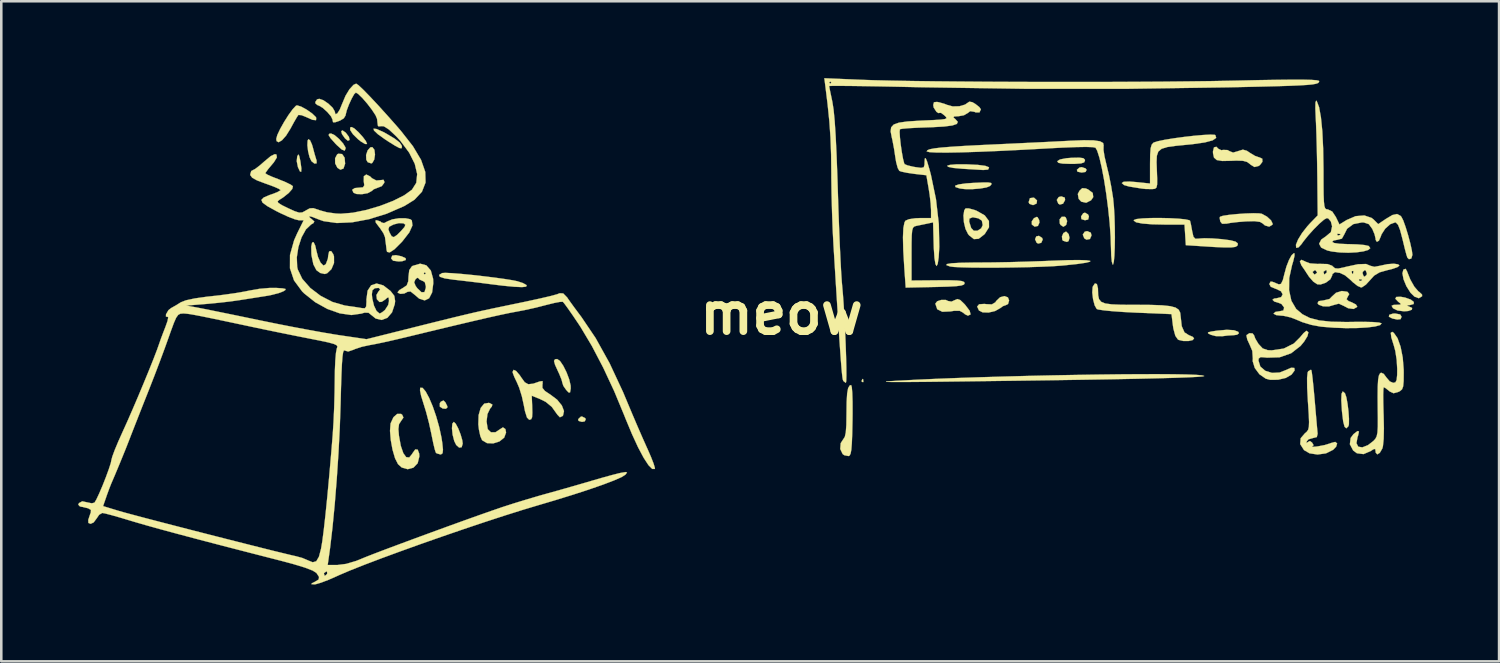
<source format=kicad_pcb>
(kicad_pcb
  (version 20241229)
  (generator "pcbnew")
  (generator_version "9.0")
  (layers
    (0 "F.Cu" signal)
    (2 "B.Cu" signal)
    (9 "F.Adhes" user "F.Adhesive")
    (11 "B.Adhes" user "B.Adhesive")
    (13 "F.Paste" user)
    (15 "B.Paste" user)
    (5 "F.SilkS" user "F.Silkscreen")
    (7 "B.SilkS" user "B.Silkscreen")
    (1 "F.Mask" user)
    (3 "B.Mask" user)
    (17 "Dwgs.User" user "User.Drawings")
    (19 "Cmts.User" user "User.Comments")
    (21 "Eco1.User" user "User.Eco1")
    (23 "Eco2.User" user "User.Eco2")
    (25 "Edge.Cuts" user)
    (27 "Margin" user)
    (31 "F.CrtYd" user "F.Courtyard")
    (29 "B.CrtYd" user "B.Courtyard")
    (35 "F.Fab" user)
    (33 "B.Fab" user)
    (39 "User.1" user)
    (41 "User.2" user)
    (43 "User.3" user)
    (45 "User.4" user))
  (footprint "meow"
    (layer "F.Cu")
    (at 27.464 9.191)
    (property "Reference" "meow" (at 0 0 0) (layer "F.SilkS") (effects (font (size 1.524 1.524) (thickness 0.3))))
    (attr through_hole)
    (fp_poly (pts (xy 3.189 2.568) (xy 3.199 2.669) (xy 3.189 2.681) (xy 3.139 2.669) (xy 3.133 2.625) (xy 3.164 2.555) (xy 3.189 2.568)) (stroke (width 0.01) (type solid)) (fill yes) (layer "F.SilkS"))
    (fp_poly (pts (xy -7.662 4.088) (xy -7.641 4.128) (xy -7.68 4.212) (xy -7.789 4.233) (xy -7.924 4.194) (xy -7.938 4.128) (xy -7.834 4.029) (xy -7.789 4.022) (xy -7.662 4.088)) (stroke (width 0.01) (type solid)) (fill yes) (layer "F.SilkS"))
    (fp_poly (pts (xy 10.18 -2.951) (xy 10.202 -2.885) (xy 10.144 -2.759) (xy 10.022 -2.73) (xy 9.964 -2.764) (xy 9.903 -2.899) (xy 9.951 -3.01) (xy 10.054 -3.032) (xy 10.18 -2.951)) (stroke (width 0.01) (type solid)) (fill yes) (layer "F.SilkS"))
    (fp_poly (pts (xy 11.064 -4.525) (xy 11.076 -4.431) (xy 10.996 -4.287) (xy 10.871 -4.253) (xy 10.811 -4.288) (xy 10.751 -4.433) (xy 10.827 -4.547) (xy 10.928 -4.572) (xy 11.064 -4.525)) (stroke (width 0.01) (type solid)) (fill yes) (layer "F.SilkS"))
    (fp_poly (pts (xy 11.875 -5.665) (xy 11.917 -5.609) (xy 11.875 -5.527) (xy 11.726 -5.503) (xy 11.561 -5.536) (xy 11.536 -5.609) (xy 11.639 -5.699) (xy 11.726 -5.715) (xy 11.875 -5.665)) (stroke (width 0.01) (type solid)) (fill yes) (layer "F.SilkS"))
    (fp_poly (pts (xy 11.973 -3.867) (xy 12.007 -3.789) (xy 11.977 -3.669) (xy 11.853 -3.641) (xy 11.714 -3.684) (xy 11.7 -3.789) (xy 11.784 -3.915) (xy 11.853 -3.937) (xy 11.973 -3.867)) (stroke (width 0.01) (type solid)) (fill yes) (layer "F.SilkS"))
    (fp_poly (pts (xy 12.08 -3.157) (xy 12.107 -3.048) (xy 12.046 -2.908) (xy 11.912 -2.882) (xy 11.825 -2.935) (xy 11.767 -3.079) (xy 11.841 -3.193) (xy 11.938 -3.217) (xy 12.08 -3.157)) (stroke (width 0.01) (type solid)) (fill yes) (layer "F.SilkS"))
    (fp_poly (pts (xy -17.015 -7.062) (xy -17.008 -7.055) (xy -16.89 -6.897) (xy -16.862 -6.776) (xy -16.932 -6.745) (xy -17.041 -6.837) (xy -17.159 -7.003) (xy -17.19 -7.118) (xy -17.141 -7.15) (xy -17.015 -7.062)) (stroke (width 0.01) (type solid)) (fill yes) (layer "F.SilkS"))
    (fp_poly (pts (xy 9.872 -4.515) (xy 9.981 -4.413) (xy 9.963 -4.294) (xy 9.831 -4.234) (xy 9.821 -4.233) (xy 9.684 -4.28) (xy 9.652 -4.346) (xy 9.703 -4.504) (xy 9.846 -4.524) (xy 9.872 -4.515)) (stroke (width 0.01) (type solid)) (fill yes) (layer "F.SilkS"))
    (fp_poly (pts (xy 10 -3.762) (xy 10.063 -3.648) (xy 10.075 -3.551) (xy 10.015 -3.418) (xy 9.887 -3.391) (xy 9.777 -3.475) (xy 9.775 -3.597) (xy 9.857 -3.719) (xy 9.966 -3.772) (xy 10 -3.762)) (stroke (width 0.01) (type solid)) (fill yes) (layer "F.SilkS"))
    (fp_poly (pts (xy 24.162 0.038) (xy 24.215 0.127) (xy 24.178 0.221) (xy 24.047 0.236) (xy 23.855 0.196) (xy 23.72 0.126) (xy 23.733 0.052) (xy 23.878 0.005) (xy 23.961 0) (xy 24.162 0.038)) (stroke (width 0.01) (type solid)) (fill yes) (layer "F.SilkS"))
    (fp_poly (pts (xy -17.155 -6.226) (xy -17.057 -6.083) (xy -17.038 -5.849) (xy -17.102 -5.659) (xy -17.223 -5.615) (xy -17.339 -5.689) (xy -17.427 -5.861) (xy -17.429 -6.061) (xy -17.349 -6.212) (xy -17.306 -6.238) (xy -17.155 -6.226)) (stroke (width 0.01) (type solid)) (fill yes) (layer "F.SilkS"))
    (fp_poly (pts (xy -14.838 -2.233) (xy -14.675 -2.16) (xy -14.668 -2.089) (xy -14.806 -2.041) (xy -14.944 -2.032) (xy -15.163 -2.06) (xy -15.239 -2.147) (xy -15.24 -2.159) (xy -15.198 -2.26) (xy -15.053 -2.278) (xy -14.838 -2.233)) (stroke (width 0.01) (type solid)) (fill yes) (layer "F.SilkS"))
    (fp_poly (pts (xy -13.121 3.472) (xy -13.051 3.614) (xy -13.04 3.662) (xy -13.1 3.72) (xy -13.226 3.711) (xy -13.334 3.641) (xy -13.34 3.633) (xy -13.339 3.502) (xy -13.299 3.443) (xy -13.195 3.397) (xy -13.121 3.472)) (stroke (width 0.01) (type solid)) (fill yes) (layer "F.SilkS"))
    (fp_poly (pts (xy 11.068 -3.775) (xy 11.103 -3.748) (xy 11.156 -3.609) (xy 11.119 -3.46) (xy 11.013 -3.387) (xy 11.007 -3.387) (xy 10.902 -3.455) (xy 10.866 -3.519) (xy 10.862 -3.676) (xy 10.946 -3.777) (xy 11.068 -3.775)) (stroke (width 0.01) (type solid)) (fill yes) (layer "F.SilkS"))
    (fp_poly (pts (xy 11.123 -3.193) (xy 11.216 -3.1) (xy 11.247 -2.953) (xy 11.212 -2.827) (xy 11.145 -2.794) (xy 11.001 -2.839) (xy 10.969 -2.871) (xy 10.952 -3.007) (xy 11.01 -3.141) (xy 11.108 -3.196) (xy 11.123 -3.193)) (stroke (width 0.01) (type solid)) (fill yes) (layer "F.SilkS"))
    (fp_poly (pts (xy -18.83 -6.156) (xy -18.786 -5.953) (xy -18.782 -5.932) (xy -18.746 -5.665) (xy -18.754 -5.533) (xy -18.8 -5.545) (xy -18.88 -5.714) (xy -18.88 -5.714) (xy -18.927 -5.948) (xy -18.909 -6.128) (xy -18.868 -6.209) (xy -18.83 -6.156)) (stroke (width 0.01) (type solid)) (fill yes) (layer "F.SilkS"))
    (fp_poly (pts (xy -15.894 -6.393) (xy -15.871 -6.206) (xy -15.901 -6.01) (xy -15.978 -5.877) (xy -16.016 -5.86) (xy -16.155 -5.907) (xy -16.211 -6.003) (xy -16.219 -6.189) (xy -16.157 -6.37) (xy -16.054 -6.486) (xy -15.975 -6.496) (xy -15.894 -6.393)) (stroke (width 0.01) (type solid)) (fill yes) (layer "F.SilkS"))
    (fp_poly (pts (xy 11.881 -4.883) (xy 11.971 -4.846) (xy 12.155 -4.708) (xy 12.175 -4.544) (xy 12.09 -4.42) (xy 11.9 -4.324) (xy 11.707 -4.366) (xy 11.606 -4.476) (xy 11.573 -4.667) (xy 11.636 -4.79) (xy 11.744 -4.893) (xy 11.881 -4.883)) (stroke (width 0.01) (type solid)) (fill yes) (layer "F.SilkS"))
    (fp_poly (pts (xy -17.451 -6.966) (xy -17.278 -6.819) (xy -17.117 -6.641) (xy -17.025 -6.486) (xy -17.018 -6.451) (xy -17.053 -6.359) (xy -17.165 -6.399) (xy -17.36 -6.574) (xy -17.423 -6.639) (xy -17.611 -6.85) (xy -17.684 -6.97) (xy -17.651 -7.021) (xy -17.584 -7.027) (xy -17.451 -6.966)) (stroke (width 0.01) (type solid)) (fill yes) (layer "F.SilkS"))
    (fp_poly (pts (xy -16.674 -7.223) (xy -16.517 -7.08) (xy -16.354 -6.9) (xy -16.228 -6.732) (xy -16.182 -6.624) (xy -16.183 -6.619) (xy -16.258 -6.619) (xy -16.415 -6.711) (xy -16.531 -6.802) (xy -16.732 -6.999) (xy -16.84 -7.162) (xy -16.84 -7.262) (xy -16.781 -7.281) (xy -16.674 -7.223)) (stroke (width 0.01) (type solid)) (fill yes) (layer "F.SilkS"))
    (fp_poly (pts (xy -12.718 4.306) (xy -12.622 4.486) (xy -12.53 4.718) (xy -12.464 4.946) (xy -12.446 5.082) (xy -12.487 5.223) (xy -12.585 5.237) (xy -12.7 5.135) (xy -12.776 4.983) (xy -12.841 4.728) (xy -12.866 4.483) (xy -12.85 4.301) (xy -12.794 4.233) (xy -12.718 4.306)) (stroke (width 0.01) (type solid)) (fill yes) (layer "F.SilkS"))
    (fp_poly (pts (xy -18.407 -6.763) (xy -18.332 -6.598) (xy -18.299 -6.487) (xy -18.23 -6.228) (xy -18.169 -6.024) (xy -18.153 -5.98) (xy -18.151 -5.864) (xy -18.237 -5.854) (xy -18.353 -5.948) (xy -18.427 -6.104) (xy -18.483 -6.332) (xy -18.511 -6.568) (xy -18.503 -6.748) (xy -18.473 -6.806) (xy -18.407 -6.763)) (stroke (width 0.01) (type solid)) (fill yes) (layer "F.SilkS"))
    (fp_poly (pts (xy 17.671 0.653) (xy 17.835 0.713) (xy 17.865 0.771) (xy 17.792 0.829) (xy 17.664 0.847) (xy 17.423 0.861) (xy 17.219 0.887) (xy 16.959 0.883) (xy 16.764 0.831) (xy 16.657 0.775) (xy 16.658 0.737) (xy 16.787 0.704) (xy 17.018 0.669) (xy 17.389 0.637) (xy 17.671 0.653)) (stroke (width 0.01) (type solid)) (fill yes) (layer "F.SilkS"))
    (fp_poly (pts (xy -15.81 -7.204) (xy -15.562 -7.095) (xy -15.423 -7.02) (xy -15.101 -6.827) (xy -14.911 -6.679) (xy -14.827 -6.555) (xy -14.818 -6.498) (xy -14.839 -6.449) (xy -14.921 -6.463) (xy -15.086 -6.551) (xy -15.36 -6.722) (xy -15.47 -6.794) (xy -15.759 -7.001) (xy -15.911 -7.146) (xy -15.927 -7.217) (xy -15.81 -7.204)) (stroke (width 0.01) (type solid)) (fill yes) (layer "F.SilkS"))
    (fp_poly (pts (xy 8.192 -5.095) (xy 8.205 -5.051) (xy 8.147 -4.98) (xy 8.007 -4.922) (xy 7.758 -4.879) (xy 7.457 -4.855) (xy 7.162 -4.857) (xy 6.964 -4.881) (xy 6.795 -4.937) (xy 6.785 -4.991) (xy 6.924 -5.04) (xy 7.203 -5.079) (xy 7.472 -5.098) (xy 7.849 -5.115) (xy 8.081 -5.115) (xy 8.192 -5.095)) (stroke (width 0.01) (type solid)) (fill yes) (layer "F.SilkS"))
    (fp_poly (pts (xy 11.786 -6.065) (xy 11.848 -6.009) (xy 11.853 -5.973) (xy 11.82 -5.9) (xy 11.698 -5.86) (xy 11.455 -5.843) (xy 11.296 -5.842) (xy 10.981 -5.852) (xy 10.813 -5.883) (xy 10.772 -5.941) (xy 10.773 -5.948) (xy 10.878 -6.015) (xy 11.125 -6.063) (xy 11.331 -6.079) (xy 11.625 -6.085) (xy 11.786 -6.065)) (stroke (width 0.01) (type solid)) (fill yes) (layer "F.SilkS"))
    (fp_poly (pts (xy 24.429 -1.644) (xy 24.555 -1.327) (xy 24.712 -1.049) (xy 24.869 -0.865) (xy 24.911 -0.837) (xy 25.015 -0.738) (xy 25.016 -0.673) (xy 24.889 -0.595) (xy 24.717 -0.659) (xy 24.564 -0.81) (xy 24.402 -1.067) (xy 24.291 -1.337) (xy 24.248 -1.57) (xy 24.287 -1.715) (xy 24.375 -1.744) (xy 24.429 -1.644)) (stroke (width 0.01) (type solid)) (fill yes) (layer "F.SilkS"))
    (fp_poly (pts (xy 22.001 3.112) (xy 22.009 3.126) (xy 22.06 3.277) (xy 22.106 3.529) (xy 22.142 3.826) (xy 22.161 4.109) (xy 22.159 4.323) (xy 22.142 4.4) (xy 22.057 4.484) (xy 21.99 4.426) (xy 21.935 4.218) (xy 21.89 3.849) (xy 21.886 3.805) (xy 21.861 3.391) (xy 21.871 3.136) (xy 21.918 3.042) (xy 22.001 3.112)) (stroke (width 0.01) (type solid)) (fill yes) (layer "F.SilkS"))
    (fp_poly (pts (xy 7.233 -5.824) (xy 7.676 -5.802) (xy 7.96 -5.765) (xy 8.095 -5.713) (xy 8.107 -5.694) (xy 8.069 -5.619) (xy 7.881 -5.603) (xy 7.86 -5.604) (xy 7.615 -5.618) (xy 7.289 -5.638) (xy 7.07 -5.651) (xy 6.71 -5.684) (xy 6.513 -5.725) (xy 6.471 -5.767) (xy 6.577 -5.802) (xy 6.825 -5.824) (xy 7.209 -5.825) (xy 7.233 -5.824)) (stroke (width 0.01) (type solid)) (fill yes) (layer "F.SilkS"))
    (fp_poly (pts (xy -8.649 1.852) (xy -8.52 2.041) (xy -8.392 2.297) (xy -8.288 2.572) (xy -8.231 2.817) (xy -8.228 2.93) (xy -8.255 3.084) (xy -8.31 3.085) (xy -8.403 2.988) (xy -8.516 2.826) (xy -8.551 2.72) (xy -8.586 2.585) (xy -8.674 2.367) (xy -8.721 2.266) (xy -8.841 2.002) (xy -8.881 1.853) (xy -8.843 1.789) (xy -8.758 1.778) (xy -8.649 1.852)) (stroke (width 0.01) (type solid)) (fill yes) (layer "F.SilkS"))
    (fp_poly (pts (xy 8.844 -0.628) (xy 8.89 -0.508) (xy 8.849 -0.371) (xy 8.791 -0.339) (xy 8.651 -0.287) (xy 8.558 -0.219) (xy 8.347 -0.098) (xy 8.091 -0.037) (xy 7.854 -0.044) (xy 7.713 -0.117) (xy 7.642 -0.27) (xy 7.718 -0.36) (xy 7.928 -0.374) (xy 7.996 -0.365) (xy 8.215 -0.355) (xy 8.348 -0.433) (xy 8.395 -0.498) (xy 8.54 -0.635) (xy 8.709 -0.679) (xy 8.844 -0.628)) (stroke (width 0.01) (type solid)) (fill yes) (layer "F.SilkS"))
    (fp_poly (pts (xy -16.06 -5.352) (xy -15.997 -5.286) (xy -15.818 -5.193) (xy -15.684 -5.205) (xy -15.536 -5.22) (xy -15.504 -5.142) (xy -15.509 -5.104) (xy -15.606 -4.972) (xy -15.722 -4.927) (xy -15.918 -4.851) (xy -16.006 -4.779) (xy -16.152 -4.699) (xy -16.373 -4.659) (xy -16.59 -4.665) (xy -16.708 -4.713) (xy -16.763 -4.829) (xy -16.662 -4.897) (xy -16.512 -4.911) (xy -16.339 -4.926) (xy -16.289 -5.007) (xy -16.311 -5.165) (xy -16.306 -5.36) (xy -16.211 -5.427) (xy -16.06 -5.352)) (stroke (width 0.01) (type solid)) (fill yes) (layer "F.SilkS"))
    (fp_poly (pts (xy 6.983 -0.525) (xy 7.137 -0.377) (xy 7.178 -0.332) (xy 7.35 -0.105) (xy 7.386 0.036) (xy 7.285 0.085) (xy 7.282 0.085) (xy 7.167 0.031) (xy 7.09 -0.034) (xy 6.959 -0.105) (xy 6.746 -0.105) (xy 6.598 -0.081) (xy 6.281 -0.067) (xy 6.083 -0.166) (xy 6.012 -0.374) (xy 6.011 -0.387) (xy 6.082 -0.477) (xy 6.243 -0.53) (xy 6.417 -0.53) (xy 6.505 -0.488) (xy 6.639 -0.464) (xy 6.752 -0.515) (xy 6.871 -0.564) (xy 6.983 -0.525)) (stroke (width 0.01) (type solid)) (fill yes) (layer "F.SilkS"))
    (fp_poly (pts (xy -14.013 2.904) (xy -13.894 3.044) (xy -13.758 3.294) (xy -13.617 3.627) (xy -13.483 4.015) (xy -13.365 4.431) (xy -13.275 4.848) (xy -13.243 5.059) (xy -13.217 5.321) (xy -13.232 5.456) (xy -13.292 5.502) (xy -13.319 5.503) (xy -13.465 5.461) (xy -13.499 5.427) (xy -13.536 5.312) (xy -13.593 5.077) (xy -13.657 4.766) (xy -13.673 4.686) (xy -13.763 4.275) (xy -13.876 3.843) (xy -13.984 3.494) (xy -14.07 3.216) (xy -14.113 3.003) (xy -14.106 2.902) (xy -14.013 2.904)) (stroke (width 0.01) (type solid)) (fill yes) (layer "F.SilkS"))
    (fp_poly (pts (xy 18.659 -3.909) (xy 18.758 -3.893) (xy 18.962 -3.78) (xy 19.118 -3.636) (xy 19.182 -3.503) (xy 19.173 -3.465) (xy 19.045 -3.39) (xy 18.879 -3.438) (xy 18.801 -3.508) (xy 18.687 -3.576) (xy 18.473 -3.604) (xy 18.135 -3.596) (xy 17.812 -3.57) (xy 17.535 -3.537) (xy 17.379 -3.507) (xy 17.207 -3.504) (xy 17.136 -3.592) (xy 17.111 -3.733) (xy 17.125 -3.776) (xy 17.24 -3.815) (xy 17.476 -3.851) (xy 17.784 -3.882) (xy 18.116 -3.905) (xy 18.424 -3.915) (xy 18.659 -3.909)) (stroke (width 0.01) (type solid)) (fill yes) (layer "F.SilkS"))
    (fp_poly (pts (xy -12.861 -1.574) (xy -12.504 -1.546) (xy -12.085 -1.505) (xy -11.638 -1.455) (xy -11.198 -1.401) (xy -10.802 -1.346) (xy -10.483 -1.295) (xy -10.312 -1.259) (xy -10.095 -1.188) (xy -9.959 -1.112) (xy -9.947 -1.098) (xy -9.971 -1.048) (xy -10.131 -1.03) (xy -10.433 -1.043) (xy -10.887 -1.087) (xy -11.388 -1.149) (xy -11.83 -1.206) (xy -12.287 -1.261) (xy -12.681 -1.307) (xy -12.806 -1.32) (xy -13.149 -1.371) (xy -13.339 -1.433) (xy -13.369 -1.505) (xy -13.248 -1.579) (xy -13.121 -1.587) (xy -12.861 -1.574)) (stroke (width 0.01) (type solid)) (fill yes) (layer "F.SilkS"))
    (fp_poly (pts (xy 2.747 2.875) (xy 2.766 3.101) (xy 2.777 3.45) (xy 2.778 3.897) (xy 2.775 4.169) (xy 2.764 4.692) (xy 2.749 5.068) (xy 2.729 5.321) (xy 2.7 5.474) (xy 2.66 5.549) (xy 2.623 5.568) (xy 2.455 5.535) (xy 2.39 5.489) (xy 2.296 5.292) (xy 2.314 5.064) (xy 2.413 4.911) (xy 2.474 4.818) (xy 2.513 4.642) (xy 2.534 4.354) (xy 2.54 3.934) (xy 2.546 3.453) (xy 2.566 3.12) (xy 2.604 2.914) (xy 2.663 2.813) (xy 2.72 2.794) (xy 2.747 2.875)) (stroke (width 0.01) (type solid)) (fill yes) (layer "F.SilkS"))
    (fp_poly (pts (xy 22.09 -0.85) (xy 22.108 -0.84) (xy 22.171 -0.757) (xy 22.111 -0.651) (xy 22.067 -0.556) (xy 22.146 -0.484) (xy 22.271 -0.435) (xy 22.434 -0.35) (xy 22.484 -0.265) (xy 22.48 -0.256) (xy 22.342 -0.176) (xy 22.13 -0.205) (xy 21.949 -0.3) (xy 21.765 -0.384) (xy 21.587 -0.337) (xy 21.375 -0.275) (xy 21.15 -0.279) (xy 20.979 -0.342) (xy 20.933 -0.402) (xy 20.977 -0.483) (xy 21.157 -0.508) (xy 21.399 -0.565) (xy 21.5 -0.667) (xy 21.655 -0.809) (xy 21.881 -0.878) (xy 22.09 -0.85)) (stroke (width 0.01) (type solid)) (fill yes) (layer "F.SilkS"))
    (fp_poly (pts (xy 24.352 -0.622) (xy 24.575 -0.542) (xy 24.693 -0.45) (xy 24.688 -0.37) (xy 24.545 -0.329) (xy 24.539 -0.329) (xy 24.422 -0.314) (xy 24.469 -0.286) (xy 24.49 -0.28) (xy 24.627 -0.215) (xy 24.616 -0.147) (xy 24.476 -0.097) (xy 24.31 -0.085) (xy 24.057 -0.117) (xy 23.886 -0.201) (xy 23.876 -0.212) (xy 23.826 -0.302) (xy 23.903 -0.335) (xy 24.009 -0.339) (xy 24.169 -0.346) (xy 24.176 -0.385) (xy 24.083 -0.459) (xy 23.971 -0.577) (xy 24.007 -0.645) (xy 24.177 -0.653) (xy 24.352 -0.622)) (stroke (width 0.01) (type solid)) (fill yes) (layer "F.SilkS"))
    (fp_poly (pts (xy -18.757 -8.079) (xy -18.539 -7.96) (xy -18.327 -7.811) (xy -18.186 -7.676) (xy -18.166 -7.641) (xy -18.174 -7.548) (xy -18.311 -7.561) (xy -18.554 -7.669) (xy -18.741 -7.744) (xy -18.859 -7.753) (xy -18.866 -7.748) (xy -18.931 -7.65) (xy -19.048 -7.447) (xy -19.175 -7.213) (xy -19.343 -6.944) (xy -19.503 -6.764) (xy -19.634 -6.687) (xy -19.714 -6.73) (xy -19.727 -6.816) (xy -19.685 -6.971) (xy -19.574 -7.206) (xy -19.421 -7.478) (xy -19.251 -7.747) (xy -19.09 -7.97) (xy -18.964 -8.106) (xy -18.918 -8.128) (xy -18.757 -8.079)) (stroke (width 0.01) (type solid)) (fill yes) (layer "F.SilkS"))
    (fp_poly (pts (xy -18.204 -2.649) (xy -18.162 -2.463) (xy -18.096 -2.206) (xy -18.004 -2) (xy -17.987 -1.976) (xy -17.886 -1.873) (xy -17.812 -1.908) (xy -17.783 -1.947) (xy -17.712 -2.135) (xy -17.697 -2.265) (xy -17.662 -2.424) (xy -17.584 -2.439) (xy -17.5 -2.315) (xy -17.472 -2.228) (xy -17.471 -1.972) (xy -17.571 -1.733) (xy -17.738 -1.572) (xy -17.83 -1.541) (xy -18.011 -1.582) (xy -18.159 -1.691) (xy -18.277 -1.917) (xy -18.349 -2.263) (xy -18.355 -2.33) (xy -18.36 -2.614) (xy -18.326 -2.77) (xy -18.269 -2.785) (xy -18.204 -2.649)) (stroke (width 0.01) (type solid)) (fill yes) (layer "F.SilkS"))
    (fp_poly (pts (xy -11.389 3.501) (xy -11.287 3.557) (xy -11.312 3.638) (xy -11.376 3.713) (xy -11.48 3.927) (xy -11.514 4.217) (xy -11.472 4.499) (xy -11.463 4.523) (xy -11.346 4.637) (xy -11.17 4.639) (xy -11.007 4.531) (xy -10.875 4.446) (xy -10.778 4.513) (xy -10.753 4.649) (xy -10.826 4.848) (xy -11.011 4.996) (xy -11.253 5.073) (xy -11.496 5.063) (xy -11.687 4.949) (xy -11.69 4.946) (xy -11.758 4.79) (xy -11.813 4.532) (xy -11.836 4.331) (xy -11.825 3.968) (xy -11.744 3.689) (xy -11.607 3.521) (xy -11.428 3.49) (xy -11.389 3.501)) (stroke (width 0.01) (type solid)) (fill yes) (layer "F.SilkS"))
    (fp_poly (pts (xy -14.808 3.955) (xy -14.761 4.064) (xy -14.849 4.193) (xy -14.933 4.322) (xy -14.957 4.513) (xy -14.936 4.77) (xy -14.863 5.171) (xy -14.765 5.455) (xy -14.652 5.61) (xy -14.533 5.622) (xy -14.417 5.479) (xy -14.408 5.458) (xy -14.299 5.308) (xy -14.204 5.316) (xy -14.146 5.469) (xy -14.139 5.58) (xy -14.205 5.848) (xy -14.372 6.021) (xy -14.595 6.081) (xy -14.829 6.013) (xy -14.973 5.882) (xy -15.088 5.655) (xy -15.186 5.321) (xy -15.255 4.943) (xy -15.285 4.583) (xy -15.264 4.304) (xy -15.258 4.282) (xy -15.15 4.05) (xy -15.003 3.921) (xy -14.853 3.921) (xy -14.808 3.955)) (stroke (width 0.01) (type solid)) (fill yes) (layer "F.SilkS"))
    (fp_poly (pts (xy 11.911 -2.077) (xy 12.058 -2.055) (xy 12.052 -2.023) (xy 11.889 -1.982) (xy 11.564 -1.934) (xy 11.074 -1.882) (xy 10.95 -1.87) (xy 10.59 -1.845) (xy 10.133 -1.825) (xy 9.609 -1.808) (xy 9.048 -1.797) (xy 8.48 -1.79) (xy 7.934 -1.789) (xy 7.441 -1.792) (xy 7.03 -1.802) (xy 6.731 -1.817) (xy 6.583 -1.836) (xy 6.44 -1.889) (xy 6.459 -1.93) (xy 6.641 -1.961) (xy 6.989 -1.98) (xy 7.503 -1.989) (xy 7.726 -1.99) (xy 8.271 -1.994) (xy 8.92 -2.006) (xy 9.608 -2.025) (xy 10.271 -2.048) (xy 10.583 -2.061) (xy 11.17 -2.082) (xy 11.613 -2.087) (xy 11.911 -2.077)) (stroke (width 0.01) (type solid)) (fill yes) (layer "F.SilkS"))
    (fp_poly (pts (xy 7.522 -4.048) (xy 7.617 -4.013) (xy 7.938 -3.831) (xy 8.102 -3.612) (xy 8.105 -3.367) (xy 7.942 -3.109) (xy 7.92 -3.086) (xy 7.701 -2.917) (xy 7.516 -2.904) (xy 7.332 -3.047) (xy 7.287 -3.102) (xy 7.187 -3.302) (xy 7.125 -3.562) (xy 7.123 -3.591) (xy 7.329 -3.591) (xy 7.389 -3.399) (xy 7.408 -3.338) (xy 7.507 -3.235) (xy 7.66 -3.235) (xy 7.8 -3.324) (xy 7.859 -3.451) (xy 7.826 -3.626) (xy 7.689 -3.715) (xy 7.47 -3.758) (xy 7.341 -3.707) (xy 7.329 -3.591) (xy 7.123 -3.591) (xy 7.107 -3.824) (xy 7.138 -4.028) (xy 7.191 -4.103) (xy 7.312 -4.104) (xy 7.522 -4.048)) (stroke (width 0.01) (type solid)) (fill yes) (layer "F.SilkS"))
    (fp_poly (pts (xy 17.064 -6.429) (xy 17.179 -6.375) (xy 17.249 -6.388) (xy 17.419 -6.382) (xy 17.497 -6.339) (xy 17.635 -6.283) (xy 17.829 -6.338) (xy 17.84 -6.343) (xy 18.018 -6.398) (xy 18.174 -6.354) (xy 18.299 -6.27) (xy 18.497 -6.151) (xy 18.657 -6.096) (xy 18.666 -6.096) (xy 18.777 -6.043) (xy 18.781 -5.923) (xy 18.683 -5.794) (xy 18.629 -5.758) (xy 18.47 -5.719) (xy 18.32 -5.811) (xy 18.3 -5.83) (xy 18.181 -5.918) (xy 18.02 -5.962) (xy 17.766 -5.97) (xy 17.561 -5.962) (xy 17.212 -5.955) (xy 16.999 -5.991) (xy 16.89 -6.087) (xy 16.852 -6.258) (xy 16.85 -6.329) (xy 16.89 -6.486) (xy 16.984 -6.51) (xy 17.064 -6.429)) (stroke (width 0.01) (type solid)) (fill yes) (layer "F.SilkS"))
    (fp_poly (pts (xy 15.153 -3.721) (xy 15.495 -3.703) (xy 15.767 -3.676) (xy 15.929 -3.641) (xy 15.956 -3.619) (xy 15.991 -3.47) (xy 16.034 -3.239) (xy 16.041 -3.199) (xy 16.088 -2.995) (xy 16.163 -2.917) (xy 16.31 -2.924) (xy 16.323 -2.927) (xy 16.52 -2.939) (xy 16.822 -2.931) (xy 17.165 -2.905) (xy 17.187 -2.903) (xy 17.532 -2.858) (xy 17.733 -2.806) (xy 17.816 -2.74) (xy 17.822 -2.709) (xy 17.801 -2.643) (xy 17.722 -2.6) (xy 17.562 -2.579) (xy 17.296 -2.579) (xy 16.901 -2.596) (xy 16.552 -2.618) (xy 15.79 -2.667) (xy 15.765 -3.069) (xy 15.739 -3.471) (xy 14.992 -3.471) (xy 14.478 -3.482) (xy 14.093 -3.512) (xy 13.849 -3.56) (xy 13.758 -3.625) (xy 13.765 -3.651) (xy 13.868 -3.688) (xy 14.098 -3.713) (xy 14.415 -3.727) (xy 14.78 -3.729) (xy 15.153 -3.721)) (stroke (width 0.01) (type solid)) (fill yes) (layer "F.SilkS"))
    (fp_poly (pts (xy 15.312 2.373) (xy 15.812 2.382) (xy 16.188 2.396) (xy 16.426 2.416) (xy 16.51 2.441) (xy 16.51 2.442) (xy 16.439 2.459) (xy 16.223 2.476) (xy 15.86 2.494) (xy 15.349 2.512) (xy 14.686 2.53) (xy 13.869 2.549) (xy 12.896 2.568) (xy 11.765 2.587) (xy 10.473 2.607) (xy 9.018 2.627) (xy 7.397 2.648) (xy 6.35 2.661) (xy 5.578 2.67) (xy 4.971 2.675) (xy 4.523 2.676) (xy 4.229 2.674) (xy 4.086 2.668) (xy 4.087 2.659) (xy 4.229 2.645) (xy 4.505 2.627) (xy 4.53 2.626) (xy 5.245 2.588) (xy 6.036 2.552) (xy 6.886 2.519) (xy 7.781 2.489) (xy 8.705 2.462) (xy 9.642 2.437) (xy 10.578 2.416) (xy 11.498 2.399) (xy 12.385 2.385) (xy 13.226 2.375) (xy 14.004 2.37) (xy 14.705 2.369) (xy 15.312 2.373)) (stroke (width 0.01) (type solid)) (fill yes) (layer "F.SilkS"))
    (fp_poly (pts (xy -10.358 2.247) (xy -10.217 2.412) (xy -10.156 2.504) (xy -10.024 2.686) (xy -9.887 2.762) (xy -9.695 2.742) (xy -9.435 2.653) (xy -9.329 2.639) (xy -9.325 2.742) (xy -9.333 2.777) (xy -9.333 2.907) (xy -9.234 3.028) (xy -9.02 3.169) (xy -8.757 3.368) (xy -8.574 3.594) (xy -8.491 3.812) (xy -8.529 3.984) (xy -8.548 4.005) (xy -8.651 4.053) (xy -8.748 3.952) (xy -8.751 3.948) (xy -8.97 3.644) (xy -9.21 3.448) (xy -9.426 3.342) (xy -9.75 3.21) (xy -9.735 3.573) (xy -9.727 3.878) (xy -9.737 4.052) (xy -9.772 4.129) (xy -9.841 4.149) (xy -9.851 4.149) (xy -9.936 4.065) (xy -10.014 3.817) (xy -10.058 3.591) (xy -10.135 3.239) (xy -10.24 2.9) (xy -10.325 2.7) (xy -10.431 2.478) (xy -10.492 2.317) (xy -10.499 2.283) (xy -10.46 2.2) (xy -10.358 2.247)) (stroke (width 0.01) (type solid)) (fill yes) (layer "F.SilkS"))
    (fp_poly (pts (xy -14.494 -3.681) (xy -14.433 -3.636) (xy -14.409 -3.437) (xy -14.533 -3.163) (xy -14.804 -2.815) (xy -14.843 -2.773) (xy -15.113 -2.505) (xy -15.298 -2.383) (xy -15.399 -2.406) (xy -15.418 -2.477) (xy -15.439 -2.657) (xy -15.446 -2.709) (xy -15.472 -2.911) (xy -15.48 -2.978) (xy -15.541 -3.131) (xy -15.645 -3.288) (xy -15.35 -3.288) (xy -15.306 -3.167) (xy -15.222 -3.016) (xy -15.136 -2.982) (xy -15.007 -3.069) (xy -14.861 -3.215) (xy -14.717 -3.378) (xy -14.686 -3.467) (xy -14.756 -3.518) (xy -14.762 -3.521) (xy -14.938 -3.529) (xy -15.151 -3.473) (xy -15.316 -3.387) (xy -15.35 -3.288) (xy -15.645 -3.288) (xy -15.675 -3.333) (xy -15.713 -3.38) (xy -15.841 -3.551) (xy -15.851 -3.629) (xy -15.803 -3.641) (xy -15.655 -3.591) (xy -15.62 -3.555) (xy -15.517 -3.529) (xy -15.385 -3.597) (xy -15.196 -3.675) (xy -14.942 -3.717) (xy -14.687 -3.719) (xy -14.494 -3.681)) (stroke (width 0.01) (type solid)) (fill yes) (layer "F.SilkS"))
    (fp_poly (pts (xy 12.318 -1.148) (xy 12.359 -0.985) (xy 12.361 -0.926) (xy 12.367 -0.714) (xy 12.401 -0.561) (xy 12.485 -0.456) (xy 12.643 -0.391) (xy 12.899 -0.356) (xy 13.276 -0.341) (xy 13.797 -0.339) (xy 13.84 -0.339) (xy 14.429 -0.335) (xy 14.869 -0.319) (xy 15.182 -0.286) (xy 15.389 -0.231) (xy 15.512 -0.147) (xy 15.571 -0.031) (xy 15.587 0.104) (xy 15.631 0.495) (xy 15.738 0.738) (xy 15.904 0.844) (xy 16.061 0.911) (xy 16.113 0.974) (xy 16.055 1.04) (xy 15.894 1.075) (xy 15.693 1.074) (xy 15.515 1.033) (xy 15.483 1.017) (xy 15.381 0.872) (xy 15.305 0.592) (xy 15.288 0.48) (xy 15.231 0.025) (xy 13.82 -0.034) (xy 13.344 -0.059) (xy 12.924 -0.089) (xy 12.592 -0.122) (xy 12.376 -0.154) (xy 12.311 -0.176) (xy 12.23 -0.319) (xy 12.168 -0.558) (xy 12.137 -0.819) (xy 12.151 -1.026) (xy 12.159 -1.052) (xy 12.242 -1.176) (xy 12.318 -1.148)) (stroke (width 0.01) (type solid)) (fill yes) (layer "F.SilkS"))
    (fp_poly (pts (xy 16.916 -6.977) (xy 16.944 -6.966) (xy 16.976 -6.857) (xy 16.839 -6.761) (xy 16.535 -6.68) (xy 16.063 -6.612) (xy 15.902 -6.596) (xy 15.414 -6.548) (xy 15.069 -6.5) (xy 14.845 -6.431) (xy 14.716 -6.323) (xy 14.659 -6.156) (xy 14.648 -5.911) (xy 14.659 -5.607) (xy 14.672 -5.253) (xy 14.67 -5.035) (xy 14.644 -4.918) (xy 14.587 -4.871) (xy 14.491 -4.858) (xy 14.478 -4.857) (xy 14.216 -4.862) (xy 14.055 -4.88) (xy 13.813 -4.919) (xy 13.568 -4.959) (xy 13.381 -5.014) (xy 13.293 -5.088) (xy 13.293 -5.096) (xy 13.365 -5.144) (xy 13.588 -5.152) (xy 13.843 -5.132) (xy 14.393 -5.075) (xy 14.393 -5.837) (xy 14.398 -6.211) (xy 14.417 -6.451) (xy 14.457 -6.591) (xy 14.522 -6.665) (xy 14.541 -6.677) (xy 14.7 -6.727) (xy 14.974 -6.784) (xy 15.326 -6.841) (xy 15.717 -6.894) (xy 16.11 -6.939) (xy 16.466 -6.97) (xy 16.747 -6.985) (xy 16.916 -6.977)) (stroke (width 0.01) (type solid)) (fill yes) (layer "F.SilkS"))
    (fp_poly (pts (xy -13.865 -1.879) (xy -13.691 -1.678) (xy -13.602 -1.355) (xy -13.595 -1.182) (xy -13.641 -0.821) (xy -13.758 -0.594) (xy -13.931 -0.51) (xy -14.146 -0.58) (xy -14.31 -0.721) (xy -14.483 -0.86) (xy -14.595 -0.848) (xy -14.727 -0.78) (xy -14.881 -0.766) (xy -14.979 -0.809) (xy -14.986 -0.833) (xy -14.918 -0.916) (xy -14.774 -1.001) (xy -14.632 -1.098) (xy -14.587 -1.218) (xy -14.342 -1.218) (xy -14.284 -1.075) (xy -14.218 -0.985) (xy -14.055 -0.83) (xy -13.941 -0.834) (xy -13.888 -0.994) (xy -13.885 -1.063) (xy -13.928 -1.226) (xy -14.005 -1.27) (xy -14.134 -1.326) (xy -14.157 -1.364) (xy -14.222 -1.396) (xy -14.291 -1.334) (xy -14.342 -1.218) (xy -14.587 -1.218) (xy -14.572 -1.257) (xy -14.563 -1.435) (xy -14.548 -1.566) (xy -13.97 -1.566) (xy -13.928 -1.524) (xy -13.885 -1.566) (xy -13.928 -1.609) (xy -13.97 -1.566) (xy -14.548 -1.566) (xy -14.533 -1.694) (xy -14.433 -1.838) (xy -14.399 -1.86) (xy -14.107 -1.945) (xy -13.865 -1.879)) (stroke (width 0.01) (type solid)) (fill yes) (layer "F.SilkS"))
    (fp_poly (pts (xy 20.577 0.733) (xy 20.542 0.882) (xy 20.412 1.095) (xy 20.273 1.264) (xy 19.903 1.553) (xy 19.451 1.711) (xy 18.956 1.725) (xy 18.902 1.718) (xy 18.712 1.704) (xy 18.636 1.759) (xy 18.627 1.84) (xy 18.7 2.072) (xy 18.891 2.238) (xy 19.157 2.32) (xy 19.455 2.305) (xy 19.682 2.215) (xy 19.902 2.119) (xy 20.028 2.127) (xy 20.039 2.224) (xy 19.919 2.386) (xy 19.695 2.516) (xy 19.388 2.588) (xy 19.077 2.589) (xy 18.914 2.546) (xy 18.665 2.374) (xy 18.482 2.127) (xy 18.401 1.862) (xy 18.406 1.757) (xy 18.386 1.461) (xy 18.284 1.221) (xy 18.189 1.014) (xy 18.158 0.866) (xy 18.164 0.841) (xy 18.272 0.77) (xy 18.399 0.778) (xy 18.457 0.855) (xy 18.503 0.981) (xy 18.615 1.168) (xy 18.632 1.193) (xy 18.791 1.364) (xy 18.986 1.432) (xy 19.143 1.439) (xy 19.612 1.37) (xy 20.007 1.173) (xy 20.243 0.939) (xy 20.384 0.771) (xy 20.49 0.681) (xy 20.505 0.677) (xy 20.577 0.733)) (stroke (width 0.01) (type solid)) (fill yes) (layer "F.SilkS"))
    (fp_poly (pts (xy 20.691 2.207) (xy 20.71 2.3) (xy 20.739 2.53) (xy 20.774 2.865) (xy 20.812 3.273) (xy 20.822 3.387) (xy 20.859 3.822) (xy 20.893 4.207) (xy 20.919 4.505) (xy 20.935 4.678) (xy 20.937 4.695) (xy 20.905 4.826) (xy 20.751 4.865) (xy 20.58 4.914) (xy 20.511 4.995) (xy 20.507 5.067) (xy 20.546 5.026) (xy 20.637 4.979) (xy 20.72 5.041) (xy 20.78 5.143) (xy 20.72 5.193) (xy 20.727 5.208) (xy 20.866 5.199) (xy 20.955 5.187) (xy 21.215 5.137) (xy 21.423 5.073) (xy 21.451 5.06) (xy 21.625 5.014) (xy 21.699 5.074) (xy 21.659 5.202) (xy 21.542 5.323) (xy 21.262 5.462) (xy 20.933 5.507) (xy 20.621 5.46) (xy 20.405 5.334) (xy 20.256 5.1) (xy 20.275 4.872) (xy 20.434 4.685) (xy 20.514 4.616) (xy 20.567 4.54) (xy 20.595 4.425) (xy 20.602 4.239) (xy 20.591 3.953) (xy 20.564 3.534) (xy 20.557 3.437) (xy 20.528 2.892) (xy 20.525 2.514) (xy 20.548 2.301) (xy 20.569 2.257) (xy 20.666 2.2) (xy 20.691 2.207)) (stroke (width 0.01) (type solid)) (fill yes) (layer "F.SilkS"))
    (fp_poly (pts (xy 12.192 -6.76) (xy 12.438 -6.724) (xy 12.563 -6.656) (xy 12.583 -6.553) (xy 12.578 -6.535) (xy 12.576 -6.383) (xy 12.617 -6.125) (xy 12.69 -5.813) (xy 12.694 -5.797) (xy 12.787 -5.412) (xy 12.878 -4.953) (xy 12.949 -4.515) (xy 12.952 -4.487) (xy 12.983 -4.172) (xy 13.005 -3.792) (xy 13.017 -3.379) (xy 13.021 -2.965) (xy 13.015 -2.579) (xy 13.001 -2.254) (xy 12.979 -2.021) (xy 12.949 -1.912) (xy 12.933 -1.912) (xy 12.9 -2.024) (xy 12.877 -2.254) (xy 12.869 -2.533) (xy 12.854 -3.004) (xy 12.816 -3.537) (xy 12.757 -4.1) (xy 12.684 -4.666) (xy 12.6 -5.205) (xy 12.509 -5.685) (xy 12.418 -6.079) (xy 12.329 -6.356) (xy 12.265 -6.472) (xy 12.156 -6.495) (xy 11.891 -6.504) (xy 11.486 -6.497) (xy 10.954 -6.476) (xy 10.479 -6.451) (xy 9.446 -6.394) (xy 8.519 -6.348) (xy 7.706 -6.314) (xy 7.018 -6.292) (xy 6.461 -6.282) (xy 6.046 -6.285) (xy 5.781 -6.3) (xy 5.674 -6.328) (xy 5.673 -6.333) (xy 5.701 -6.376) (xy 5.798 -6.414) (xy 5.977 -6.448) (xy 6.253 -6.48) (xy 6.641 -6.511) (xy 7.157 -6.544) (xy 7.815 -6.578) (xy 8.467 -6.608) (xy 9.086 -6.637) (xy 9.712 -6.667) (xy 10.302 -6.695) (xy 10.815 -6.721) (xy 11.21 -6.741) (xy 11.275 -6.745) (xy 11.81 -6.766) (xy 12.192 -6.76)) (stroke (width 0.01) (type solid)) (fill yes) (layer "F.SilkS"))
    (fp_poly (pts (xy 20.035 -2.345) (xy 20.034 -2.249) (xy 19.986 -2.045) (xy 19.934 -1.871) (xy 19.828 -1.383) (xy 19.822 -0.91) (xy 19.912 -0.497) (xy 20.095 -0.184) (xy 20.106 -0.172) (xy 20.346 0.031) (xy 20.635 0.177) (xy 21.001 0.271) (xy 21.471 0.321) (xy 22.072 0.333) (xy 22.29 0.329) (xy 22.737 0.326) (xy 23.094 0.334) (xy 23.335 0.354) (xy 23.434 0.384) (xy 23.435 0.385) (xy 23.378 0.453) (xy 23.18 0.507) (xy 22.872 0.546) (xy 22.482 0.568) (xy 22.038 0.572) (xy 21.57 0.555) (xy 21.106 0.518) (xy 21.04 0.51) (xy 20.688 0.444) (xy 20.342 0.339) (xy 20.175 0.268) (xy 19.887 0.154) (xy 19.598 0.09) (xy 19.519 0.085) (xy 19.322 0.064) (xy 19.222 0.012) (xy 19.219 0) (xy 19.292 -0.063) (xy 19.437 -0.085) (xy 19.598 -0.116) (xy 19.628 -0.224) (xy 19.627 -0.232) (xy 19.53 -0.367) (xy 19.43 -0.409) (xy 19.245 -0.467) (xy 19.175 -0.535) (xy 19.238 -0.584) (xy 19.329 -0.593) (xy 19.513 -0.639) (xy 19.571 -0.747) (xy 19.505 -0.869) (xy 19.32 -0.958) (xy 19.304 -0.961) (xy 19.108 -1.043) (xy 19.05 -1.15) (xy 19.1 -1.247) (xy 19.177 -1.237) (xy 19.369 -1.159) (xy 19.423 -1.137) (xy 19.506 -1.157) (xy 19.579 -1.306) (xy 19.638 -1.538) (xy 19.718 -1.831) (xy 19.819 -2.09) (xy 19.922 -2.277) (xy 20.008 -2.354) (xy 20.035 -2.345)) (stroke (width 0.01) (type solid)) (fill yes) (layer "F.SilkS"))
    (fp_poly (pts (xy 23.912 0.757) (xy 24.057 0.963) (xy 24.176 1.297) (xy 24.26 1.722) (xy 24.298 2.196) (xy 24.299 2.303) (xy 24.296 2.638) (xy 24.277 2.845) (xy 24.233 2.962) (xy 24.152 3.032) (xy 24.088 3.063) (xy 23.902 3.115) (xy 23.753 3.046) (xy 23.722 3.019) (xy 23.586 2.912) (xy 23.519 2.879) (xy 23.505 2.958) (xy 23.498 3.175) (xy 23.501 3.497) (xy 23.511 3.894) (xy 23.514 3.958) (xy 23.525 4.483) (xy 23.516 4.899) (xy 23.487 5.182) (xy 23.464 5.271) (xy 23.364 5.442) (xy 23.266 5.501) (xy 23.205 5.434) (xy 23.199 5.372) (xy 23.183 5.287) (xy 23.107 5.307) (xy 23.01 5.372) (xy 22.73 5.491) (xy 22.471 5.458) (xy 22.323 5.348) (xy 22.196 5.106) (xy 22.226 4.861) (xy 22.337 4.712) (xy 22.494 4.591) (xy 22.552 4.607) (xy 22.518 4.765) (xy 22.496 4.825) (xy 22.453 5.064) (xy 22.523 5.201) (xy 22.682 5.228) (xy 22.904 5.14) (xy 23.107 4.984) (xy 23.188 4.898) (xy 23.242 4.798) (xy 23.273 4.649) (xy 23.287 4.42) (xy 23.288 4.075) (xy 23.284 3.778) (xy 23.28 3.244) (xy 23.284 2.857) (xy 23.299 2.592) (xy 23.328 2.428) (xy 23.372 2.341) (xy 23.416 2.312) (xy 23.516 2.356) (xy 23.621 2.496) (xy 23.754 2.652) (xy 23.89 2.709) (xy 23.975 2.688) (xy 24.022 2.597) (xy 24.042 2.402) (xy 24.045 2.17) (xy 24.024 1.813) (xy 23.97 1.463) (xy 23.918 1.27) (xy 23.816 0.94) (xy 23.793 0.755) (xy 23.85 0.717) (xy 23.912 0.757)) (stroke (width 0.01) (type solid)) (fill yes) (layer "F.SilkS"))
    (fp_poly (pts (xy 20.442 -2.036) (xy 20.452 -2.028) (xy 20.637 -1.957) (xy 20.936 -1.935) (xy 21.011 -1.938) (xy 21.327 -1.93) (xy 21.506 -1.863) (xy 21.533 -1.835) (xy 21.615 -1.766) (xy 21.737 -1.754) (xy 21.953 -1.798) (xy 22.056 -1.825) (xy 22.512 -1.923) (xy 22.829 -1.933) (xy 22.995 -1.863) (xy 23.153 -1.822) (xy 23.371 -1.863) (xy 23.66 -1.926) (xy 23.912 -1.944) (xy 24.083 -1.919) (xy 24.13 -1.869) (xy 24.054 -1.81) (xy 23.86 -1.741) (xy 23.671 -1.695) (xy 23.358 -1.607) (xy 23.144 -1.479) (xy 22.989 -1.308) (xy 22.823 -1.127) (xy 22.672 -1.025) (xy 22.633 -1.016) (xy 22.499 -1.074) (xy 22.312 -1.221) (xy 22.22 -1.312) (xy 22.203 -1.326) (xy 22.55 -1.326) (xy 22.561 -1.276) (xy 22.606 -1.27) (xy 22.676 -1.301) (xy 22.662 -1.326) (xy 22.562 -1.337) (xy 22.55 -1.326) (xy 22.203 -1.326) (xy 22.005 -1.491) (xy 21.79 -1.594) (xy 21.659 -1.609) (xy 22.267 -1.609) (xy 22.298 -1.539) (xy 22.324 -1.552) (xy 22.325 -1.566) (xy 22.691 -1.566) (xy 22.736 -1.454) (xy 22.775 -1.439) (xy 22.85 -1.508) (xy 22.86 -1.566) (xy 22.814 -1.679) (xy 22.775 -1.693) (xy 22.7 -1.625) (xy 22.691 -1.566) (xy 22.325 -1.566) (xy 22.334 -1.653) (xy 22.324 -1.665) (xy 22.273 -1.653) (xy 22.267 -1.609) (xy 21.659 -1.609) (xy 21.614 -1.614) (xy 21.515 -1.539) (xy 21.505 -1.484) (xy 21.433 -1.334) (xy 21.259 -1.204) (xy 21.052 -1.133) (xy 20.923 -1.14) (xy 20.768 -1.244) (xy 20.605 -1.431) (xy 20.582 -1.464) (xy 20.488 -1.609) (xy 20.743 -1.609) (xy 20.808 -1.526) (xy 20.828 -1.524) (xy 20.91 -1.588) (xy 20.913 -1.609) (xy 21.167 -1.609) (xy 21.196 -1.526) (xy 21.204 -1.524) (xy 21.276 -1.583) (xy 21.294 -1.609) (xy 21.287 -1.687) (xy 21.256 -1.693) (xy 21.17 -1.632) (xy 21.167 -1.609) (xy 20.913 -1.609) (xy 20.848 -1.691) (xy 20.828 -1.693) (xy 20.746 -1.629) (xy 20.743 -1.609) (xy 20.488 -1.609) (xy 20.438 -1.685) (xy 20.314 -1.865) (xy 20.304 -1.88) (xy 20.243 -2.032) (xy 20.301 -2.096) (xy 20.442 -2.036)) (stroke (width 0.01) (type solid)) (fill yes) (layer "F.SilkS"))
    (fp_poly (pts (xy 3.102 -9.126) (xy 3.628 -9.108) (xy 4.303 -9.092) (xy 5.107 -9.078) (xy 6.021 -9.066) (xy 7.024 -9.057) (xy 8.096 -9.049) (xy 9.218 -9.044) (xy 10.369 -9.041) (xy 11.529 -9.041) (xy 12.678 -9.042) (xy 13.797 -9.047) (xy 14.865 -9.053) (xy 15.862 -9.063) (xy 16.768 -9.074) (xy 17.564 -9.089) (xy 17.759 -9.093) (xy 18.644 -9.113) (xy 19.37 -9.125) (xy 19.949 -9.131) (xy 20.389 -9.13) (xy 20.702 -9.122) (xy 20.899 -9.107) (xy 20.989 -9.085) (xy 20.997 -9.074) (xy 20.988 -9.033) (xy 20.952 -8.998) (xy 20.872 -8.97) (xy 20.735 -8.945) (xy 20.525 -8.925) (xy 20.228 -8.907) (xy 19.828 -8.89) (xy 19.31 -8.874) (xy 18.66 -8.858) (xy 17.863 -8.84) (xy 17.441 -8.831) (xy 13.455 -8.773) (xy 9.518 -8.774) (xy 5.529 -8.833) (xy 5.228 -8.839) (xy 4.492 -8.855) (xy 3.811 -8.868) (xy 3.205 -8.878) (xy 2.689 -8.885) (xy 2.283 -8.888) (xy 2.005 -8.888) (xy 1.872 -8.884) (xy 1.863 -8.882) (xy 1.879 -8.788) (xy 1.923 -8.574) (xy 1.984 -8.283) (xy 1.99 -8.255) (xy 2.036 -7.96) (xy 2.079 -7.516) (xy 2.118 -6.918) (xy 2.154 -6.162) (xy 2.188 -5.243) (xy 2.202 -4.784) (xy 2.225 -4.059) (xy 2.251 -3.352) (xy 2.278 -2.689) (xy 2.306 -2.098) (xy 2.332 -1.606) (xy 2.357 -1.24) (xy 2.369 -1.101) (xy 2.401 -0.74) (xy 2.432 -0.302) (xy 2.461 0.188) (xy 2.487 0.7) (xy 2.508 1.208) (xy 2.524 1.684) (xy 2.534 2.1) (xy 2.536 2.427) (xy 2.53 2.64) (xy 2.516 2.709) (xy 2.431 2.649) (xy 2.41 2.619) (xy 2.396 2.581) (xy 2.382 2.499) (xy 2.366 2.363) (xy 2.347 2.16) (xy 2.324 1.878) (xy 2.297 1.505) (xy 2.264 1.028) (xy 2.226 0.437) (xy 2.18 -0.282) (xy 2.126 -1.14) (xy 2.064 -2.15) (xy 2.032 -2.667) (xy 2.001 -3.264) (xy 1.976 -3.954) (xy 1.957 -4.661) (xy 1.947 -5.311) (xy 1.947 -5.461) (xy 1.939 -6.208) (xy 1.915 -6.863) (xy 1.871 -7.495) (xy 1.802 -8.172) (xy 1.729 -8.763) (xy 1.697 -9.017) (xy 1.863 -9.017) (xy 1.905 -8.975) (xy 1.947 -9.017) (xy 1.905 -9.059) (xy 1.863 -9.017) (xy 1.697 -9.017) (xy 1.675 -9.186) (xy 3.102 -9.126)) (stroke (width 0.01) (type solid)) (fill yes) (layer "F.SilkS"))
    (fp_poly (pts (xy 20.904 -8.291) (xy 20.994 -8.055) (xy 21.066 -7.66) (xy 21.12 -7.117) (xy 21.153 -6.437) (xy 21.166 -5.63) (xy 21.166 -5.567) (xy 21.167 -5.029) (xy 21.171 -4.638) (xy 21.182 -4.37) (xy 21.2 -4.202) (xy 21.23 -4.11) (xy 21.274 -4.072) (xy 21.335 -4.064) (xy 21.337 -4.064) (xy 21.508 -3.981) (xy 21.648 -3.77) (xy 21.789 -3.476) (xy 22.073 -3.651) (xy 22.422 -3.801) (xy 22.761 -3.828) (xy 23.045 -3.732) (xy 23.126 -3.667) (xy 23.303 -3.49) (xy 23.601 -3.692) (xy 23.86 -3.846) (xy 24.037 -3.885) (xy 24.171 -3.816) (xy 24.207 -3.777) (xy 24.28 -3.634) (xy 24.372 -3.378) (xy 24.469 -3.061) (xy 24.556 -2.737) (xy 24.617 -2.458) (xy 24.638 -2.287) (xy 24.595 -2.146) (xy 24.503 -2.12) (xy 24.442 -2.18) (xy 24.406 -2.288) (xy 24.345 -2.516) (xy 24.271 -2.821) (xy 24.252 -2.9) (xy 24.159 -3.253) (xy 24.077 -3.462) (xy 23.994 -3.55) (xy 23.961 -3.556) (xy 23.771 -3.486) (xy 23.576 -3.312) (xy 23.432 -3.089) (xy 23.402 -3.003) (xy 23.331 -2.843) (xy 23.251 -2.797) (xy 23.201 -2.879) (xy 23.199 -2.925) (xy 23.161 -3.089) (xy 23.072 -3.302) (xy 23.069 -3.306) (xy 22.934 -3.49) (xy 22.744 -3.553) (xy 22.665 -3.556) (xy 22.332 -3.49) (xy 22.088 -3.309) (xy 21.979 -3.092) (xy 21.885 -2.923) (xy 21.715 -2.879) (xy 21.557 -2.849) (xy 21.505 -2.794) (xy 21.584 -2.752) (xy 21.799 -2.722) (xy 22.115 -2.708) (xy 22.162 -2.708) (xy 22.491 -2.698) (xy 22.761 -2.674) (xy 22.922 -2.639) (xy 22.935 -2.632) (xy 22.993 -2.55) (xy 22.912 -2.48) (xy 22.723 -2.425) (xy 22.457 -2.388) (xy 22.143 -2.372) (xy 21.813 -2.382) (xy 21.497 -2.419) (xy 21.315 -2.46) (xy 21.075 -2.574) (xy 20.995 -2.723) (xy 21.079 -2.886) (xy 21.251 -3.006) (xy 21.369 -3.104) (xy 21.703 -3.104) (xy 21.715 -3.054) (xy 21.759 -3.048) (xy 21.829 -3.079) (xy 21.816 -3.104) (xy 21.715 -3.115) (xy 21.703 -3.104) (xy 21.369 -3.104) (xy 21.454 -3.175) (xy 21.502 -3.404) (xy 21.454 -3.591) (xy 21.355 -3.708) (xy 21.296 -3.725) (xy 21.187 -3.665) (xy 21.006 -3.508) (xy 20.788 -3.29) (xy 20.567 -3.045) (xy 20.378 -2.809) (xy 20.308 -2.709) (xy 20.191 -2.581) (xy 20.102 -2.563) (xy 20.1 -2.565) (xy 20.09 -2.683) (xy 20.173 -2.888) (xy 20.33 -3.143) (xy 20.539 -3.41) (xy 20.644 -3.525) (xy 20.94 -3.83) (xy 20.925 -5.323) (xy 20.917 -5.883) (xy 20.905 -6.454) (xy 20.89 -6.985) (xy 20.874 -7.426) (xy 20.864 -7.62) (xy 20.848 -8.01) (xy 20.853 -8.238) (xy 20.88 -8.312) (xy 20.904 -8.291)) (stroke (width 0.01) (type solid)) (fill yes) (layer "F.SilkS"))
    (fp_poly (pts (xy 7.455 -8.251) (xy 7.575 -8.18) (xy 7.727 -8.06) (xy 7.789 -7.971) (xy 7.731 -7.85) (xy 7.581 -7.853) (xy 7.533 -7.875) (xy 7.369 -7.9) (xy 7.28 -7.83) (xy 7.125 -7.74) (xy 6.911 -7.702) (xy 6.74 -7.693) (xy 6.716 -7.655) (xy 6.795 -7.586) (xy 6.887 -7.482) (xy 6.849 -7.402) (xy 6.673 -7.342) (xy 6.349 -7.3) (xy 5.868 -7.273) (xy 5.701 -7.268) (xy 5.3 -7.253) (xy 4.965 -7.235) (xy 4.729 -7.214) (xy 4.626 -7.195) (xy 4.626 -7.194) (xy 4.614 -7.093) (xy 4.627 -6.876) (xy 4.658 -6.594) (xy 4.701 -6.298) (xy 4.748 -6.039) (xy 4.792 -5.867) (xy 4.811 -5.83) (xy 4.924 -5.783) (xy 5.138 -5.732) (xy 5.228 -5.716) (xy 5.453 -5.686) (xy 5.557 -5.709) (xy 5.586 -5.806) (xy 5.588 -5.891) (xy 5.598 -6.051) (xy 5.632 -6.065) (xy 5.69 -5.927) (xy 5.778 -5.633) (xy 5.837 -5.411) (xy 6.034 -4.466) (xy 6.146 -3.495) (xy 6.164 -2.603) (xy 6.139 -2.187) (xy 6.102 -1.938) (xy 6.058 -1.852) (xy 6.014 -1.928) (xy 5.976 -2.163) (xy 5.949 -2.554) (xy 5.945 -2.689) (xy 5.921 -3.558) (xy 5.691 -3.509) (xy 5.44 -3.457) (xy 5.271 -3.422) (xy 5.191 -3.399) (xy 5.138 -3.348) (xy 5.105 -3.241) (xy 5.088 -3.049) (xy 5.081 -2.742) (xy 5.08 -2.335) (xy 5.08 -1.287) (xy 6.117 -1.296) (xy 6.562 -1.297) (xy 6.862 -1.288) (xy 7.044 -1.266) (xy 7.133 -1.23) (xy 7.154 -1.182) (xy 7.126 -1.13) (xy 7.025 -1.093) (xy 6.829 -1.067) (xy 6.512 -1.049) (xy 6.053 -1.036) (xy 6.003 -1.035) (xy 4.852 -1.011) (xy 4.797 -1.789) (xy 4.757 -2.462) (xy 4.745 -2.976) (xy 4.761 -3.338) (xy 4.805 -3.558) (xy 4.843 -3.624) (xy 4.981 -3.682) (xy 5.223 -3.718) (xy 5.393 -3.725) (xy 5.842 -3.725) (xy 5.842 -4.036) (xy 5.827 -4.292) (xy 5.788 -4.628) (xy 5.75 -4.872) (xy 5.659 -5.398) (xy 5.179 -5.453) (xy 4.899 -5.494) (xy 4.684 -5.54) (xy 4.603 -5.569) (xy 4.54 -5.682) (xy 4.48 -5.906) (xy 4.448 -6.096) (xy 4.397 -6.433) (xy 4.335 -6.761) (xy 4.305 -6.891) (xy 4.264 -7.11) (xy 4.284 -7.269) (xy 4.386 -7.379) (xy 4.59 -7.452) (xy 4.918 -7.498) (xy 5.39 -7.528) (xy 5.514 -7.534) (xy 5.943 -7.553) (xy 6.225 -7.571) (xy 6.385 -7.593) (xy 6.445 -7.625) (xy 6.428 -7.672) (xy 6.359 -7.739) (xy 6.233 -7.834) (xy 6.181 -7.834) (xy 6.129 -7.825) (xy 6.054 -7.874) (xy 5.945 -8.042) (xy 5.927 -8.14) (xy 5.956 -8.249) (xy 6.074 -8.262) (xy 6.16 -8.245) (xy 6.358 -8.189) (xy 6.47 -8.145) (xy 6.686 -8.086) (xy 6.949 -8.092) (xy 7.169 -8.157) (xy 7.216 -8.189) (xy 7.336 -8.271) (xy 7.455 -8.251)) (stroke (width 0.01) (type solid)) (fill yes) (layer "F.SilkS"))
    (fp_poly (pts (xy -16.515 -8.914) (xy -16.333 -8.743) (xy -16.077 -8.481) (xy -15.764 -8.147) (xy -15.413 -7.76) (xy -15.04 -7.34) (xy -14.859 -7.13) (xy -14.389 -6.53) (xy -14.072 -5.997) (xy -13.908 -5.527) (xy -13.897 -5.114) (xy -14.038 -4.753) (xy -14.332 -4.44) (xy -14.722 -4.198) (xy -15.412 -3.897) (xy -16.102 -3.683) (xy -16.762 -3.56) (xy -17.363 -3.533) (xy -17.875 -3.605) (xy -18.066 -3.671) (xy -18.33 -3.775) (xy -18.447 -3.8) (xy -18.416 -3.745) (xy -18.345 -3.687) (xy -18.24 -3.592) (xy -18.277 -3.526) (xy -18.365 -3.476) (xy -18.567 -3.285) (xy -18.738 -2.975) (xy -18.862 -2.595) (xy -18.924 -2.194) (xy -18.91 -1.821) (xy -18.888 -1.721) (xy -18.711 -1.352) (xy -18.401 -0.999) (xy -17.996 -0.69) (xy -17.533 -0.451) (xy -17.048 -0.311) (xy -16.974 -0.3) (xy -16.688 -0.26) (xy -16.449 -0.222) (xy -16.375 -0.209) (xy -16.266 -0.204) (xy -16.215 -0.276) (xy -16.204 -0.466) (xy -16.206 -0.549) (xy -16.179 -0.747) (xy -15.994 -0.747) (xy -15.978 -0.588) (xy -15.912 -0.309) (xy -15.81 -0.097) (xy -15.696 -0.002) (xy -15.681 0) (xy -15.589 -0.05) (xy -15.479 -0.14) (xy -15.356 -0.332) (xy -15.325 -0.485) (xy -15.336 -0.625) (xy -15.395 -0.615) (xy -15.461 -0.553) (xy -15.607 -0.457) (xy -15.694 -0.448) (xy -15.797 -0.555) (xy -15.816 -0.721) (xy -15.74 -0.852) (xy -15.738 -0.853) (xy -15.669 -0.941) (xy -15.726 -0.999) (xy -15.868 -0.988) (xy -15.882 -0.983) (xy -15.972 -0.907) (xy -15.994 -0.747) (xy -16.179 -0.747) (xy -16.16 -0.891) (xy -16.021 -1.101) (xy -15.809 -1.171) (xy -15.546 -1.096) (xy -15.265 -0.879) (xy -15.117 -0.689) (xy -15.085 -0.486) (xy -15.099 -0.364) (xy -15.206 -0.043) (xy -15.386 0.168) (xy -15.608 0.253) (xy -15.844 0.197) (xy -15.984 0.084) (xy -16.123 -0.028) (xy -16.278 -0.033) (xy -16.404 0.005) (xy -16.792 0.06) (xy -17.246 -0.005) (xy -17.73 -0.177) (xy -18.205 -0.44) (xy -18.635 -0.782) (xy -18.715 -0.86) (xy -19.033 -1.291) (xy -19.192 -1.765) (xy -19.19 -2.287) (xy -19.029 -2.861) (xy -18.908 -3.132) (xy -18.656 -3.641) (xy -18.846 -3.641) (xy -19.004 -3.679) (xy -19.265 -3.78) (xy -19.581 -3.926) (xy -19.718 -3.995) (xy -20.064 -4.185) (xy -20.26 -4.326) (xy -20.308 -4.435) (xy -20.215 -4.53) (xy -19.985 -4.627) (xy -19.898 -4.656) (xy -19.689 -4.736) (xy -19.569 -4.804) (xy -19.558 -4.82) (xy -19.632 -4.871) (xy -19.827 -4.956) (xy -20.104 -5.058) (xy -20.151 -5.074) (xy -20.478 -5.197) (xy -20.666 -5.301) (xy -20.74 -5.401) (xy -20.743 -5.432) (xy -20.704 -5.562) (xy -20.657 -5.588) (xy -20.553 -5.642) (xy -20.37 -5.781) (xy -20.188 -5.94) (xy -19.939 -6.147) (xy -19.78 -6.223) (xy -19.718 -6.205) (xy -19.703 -6.093) (xy -19.82 -5.903) (xy -19.89 -5.82) (xy -20.045 -5.635) (xy -20.138 -5.505) (xy -20.151 -5.476) (xy -20.078 -5.424) (xy -19.887 -5.338) (xy -19.64 -5.242) (xy -19.367 -5.132) (xy -19.162 -5.032) (xy -19.076 -4.969) (xy -19.101 -4.863) (xy -19.24 -4.705) (xy -19.46 -4.53) (xy -19.605 -4.438) (xy -19.673 -4.38) (xy -19.646 -4.318) (xy -19.504 -4.229) (xy -19.273 -4.115) (xy -19.002 -3.992) (xy -18.832 -3.938) (xy -18.711 -3.946) (xy -18.59 -4.01) (xy -18.571 -4.023) (xy -18.42 -4.105) (xy -18.28 -4.114) (xy -18.078 -4.049) (xy -18.025 -4.028) (xy -17.744 -3.951) (xy -17.395 -3.903) (xy -17.205 -3.895) (xy -16.74 -3.934) (xy -16.213 -4.041) (xy -15.672 -4.201) (xy -15.162 -4.398) (xy -14.73 -4.615) (xy -14.429 -4.832) (xy -14.259 -5.101) (xy -14.224 -5.445) (xy -14.318 -5.844) (xy -14.536 -6.279) (xy -14.871 -6.731) (xy -15.042 -6.917) (xy -15.327 -7.184) (xy -15.526 -7.309) (xy -15.614 -7.315) (xy -15.733 -7.305) (xy -15.759 -7.336) (xy -15.776 -7.472) (xy -15.79 -7.599) (xy -15.85 -7.741) (xy -15.99 -7.954) (xy -16.172 -8.192) (xy -16.363 -8.413) (xy -16.527 -8.572) (xy -16.619 -8.627) (xy -16.686 -8.562) (xy -16.783 -8.389) (xy -16.887 -8.163) (xy -16.973 -7.936) (xy -17.016 -7.763) (xy -17.018 -7.738) (xy -17.089 -7.621) (xy -17.235 -7.533) (xy -17.426 -7.466) (xy -17.508 -7.467) (xy -17.526 -7.54) (xy -17.526 -7.562) (xy -17.587 -7.695) (xy -17.734 -7.868) (xy -17.912 -8.029) (xy -18.067 -8.121) (xy -18.102 -8.128) (xy -18.192 -8.196) (xy -18.203 -8.255) (xy -18.134 -8.36) (xy -18.046 -8.382) (xy -17.887 -8.327) (xy -17.694 -8.195) (xy -17.526 -8.035) (xy -17.443 -7.894) (xy -17.441 -7.878) (xy -17.413 -7.779) (xy -17.341 -7.814) (xy -17.247 -7.961) (xy -17.15 -8.198) (xy -17.149 -8.199) (xy -17.022 -8.501) (xy -16.866 -8.758) (xy -16.709 -8.928) (xy -16.605 -8.975) (xy -16.515 -8.914)) (stroke (width 0.01) (type solid)) (fill yes) (layer "F.SilkS"))
    (fp_poly (pts (xy -19.478 -0.981) (xy -19.363 -0.957) (xy -19.371 -0.917) (xy -19.448 -0.867) (xy -19.634 -0.795) (xy -19.915 -0.723) (xy -20.125 -0.684) (xy -20.493 -0.626) (xy -20.913 -0.56) (xy -21.167 -0.52) (xy -21.521 -0.47) (xy -21.96 -0.42) (xy -22.4 -0.377) (xy -22.479 -0.371) (xy -23.241 -0.309) (xy -22.818 -0.232) (xy -22.615 -0.193) (xy -22.276 -0.125) (xy -21.829 -0.034) (xy -21.304 0.073) (xy -20.731 0.192) (xy -20.374 0.266) (xy -19.733 0.397) (xy -19.076 0.526) (xy -18.443 0.645) (xy -17.877 0.747) (xy -17.418 0.824) (xy -17.277 0.846) (xy -16.2 1.004) (xy -14.683 0.624) (xy -13.918 0.432) (xy -13.29 0.276) (xy -12.775 0.149) (xy -12.346 0.046) (xy -11.976 -0.041) (xy -11.641 -0.116) (xy -11.314 -0.187) (xy -10.968 -0.259) (xy -10.753 -0.304) (xy -10.015 -0.457) (xy -9.439 -0.582) (xy -9.023 -0.679) (xy -8.762 -0.75) (xy -8.66 -0.79) (xy -8.522 -0.784) (xy -8.365 -0.624) (xy -8.34 -0.585) (xy -8.251 -0.458) (xy -8.09 -0.236) (xy -7.886 0.038) (xy -7.813 0.135) (xy -7.257 0.958) (xy -6.712 1.94) (xy -6.185 3.069) (xy -6.049 3.393) (xy -5.844 3.882) (xy -5.626 4.393) (xy -5.419 4.868) (xy -5.249 5.249) (xy -5.236 5.276) (xy -5.095 5.599) (xy -4.992 5.863) (xy -4.942 6.031) (xy -4.942 6.071) (xy -5.045 6.071) (xy -5.193 5.922) (xy -5.379 5.637) (xy -5.596 5.23) (xy -5.835 4.712) (xy -6.092 4.096) (xy -6.14 3.974) (xy -6.532 3.03) (xy -6.96 2.114) (xy -7.402 1.269) (xy -7.837 0.539) (xy -7.92 0.412) (xy -8.141 0.084) (xy -8.332 -0.19) (xy -8.471 -0.38) (xy -8.535 -0.456) (xy -8.643 -0.454) (xy -8.866 -0.412) (xy -9.159 -0.34) (xy -9.189 -0.332) (xy -9.592 -0.229) (xy -10.03 -0.132) (xy -10.329 -0.075) (xy -10.597 -0.025) (xy -10.969 0.053) (xy -11.455 0.161) (xy -12.066 0.303) (xy -12.811 0.479) (xy -13.7 0.692) (xy -14.69 0.932) (xy -15.124 1.034) (xy -15.536 1.127) (xy -15.878 1.198) (xy -16.087 1.236) (xy -16.383 1.3) (xy -16.65 1.388) (xy -16.707 1.414) (xy -16.92 1.486) (xy -17.054 1.445) (xy -17.089 1.446) (xy -17.117 1.522) (xy -17.141 1.69) (xy -17.162 1.965) (xy -17.18 2.363) (xy -17.198 2.9) (xy -17.214 3.535) (xy -17.246 4.462) (xy -17.297 5.452) (xy -17.364 6.462) (xy -17.443 7.447) (xy -17.532 8.365) (xy -17.627 9.172) (xy -17.661 9.419) (xy -17.718 9.821) (xy -17.336 9.821) (xy -16.994 9.777) (xy -16.601 9.66) (xy -16.462 9.604) (xy -16.244 9.514) (xy -15.891 9.376) (xy -15.431 9.201) (xy -14.887 8.998) (xy -14.286 8.775) (xy -13.653 8.543) (xy -13.015 8.31) (xy -12.395 8.086) (xy -11.821 7.881) (xy -11.317 7.704) (xy -10.91 7.564) (xy -10.88 7.554) (xy -10.465 7.42) (xy -9.962 7.266) (xy -9.447 7.114) (xy -9.144 7.029) (xy -8.653 6.892) (xy -8.12 6.74) (xy -7.623 6.596) (xy -7.366 6.52) (xy -6.984 6.41) (xy -6.629 6.312) (xy -6.356 6.242) (xy -6.265 6.222) (xy -6.078 6.191) (xy -6.029 6.211) (xy -6.093 6.293) (xy -6.098 6.298) (xy -6.245 6.39) (xy -6.539 6.519) (xy -6.961 6.68) (xy -7.495 6.866) (xy -8.124 7.071) (xy -8.829 7.289) (xy -9.494 7.486) (xy -10.114 7.672) (xy -10.825 7.896) (xy -11.603 8.15) (xy -12.422 8.425) (xy -13.258 8.712) (xy -14.087 9.003) (xy -14.883 9.289) (xy -15.623 9.561) (xy -16.282 9.811) (xy -16.835 10.03) (xy -17.258 10.21) (xy -17.347 10.251) (xy -17.681 10.398) (xy -17.975 10.51) (xy -18.182 10.571) (xy -18.236 10.578) (xy -18.358 10.568) (xy -18.333 10.534) (xy -18.224 10.48) (xy -18.071 10.387) (xy -18.057 10.286) (xy -18.139 10.16) (xy -17.865 10.16) (xy -17.836 10.242) (xy -17.827 10.245) (xy -17.755 10.185) (xy -17.738 10.16) (xy -17.744 10.082) (xy -17.775 10.075) (xy -17.861 10.137) (xy -17.865 10.16) (xy -18.139 10.16) (xy -18.156 10.134) (xy -18.301 10.04) (xy -18.611 9.921) (xy -19.083 9.778) (xy -19.529 9.659) (xy -20.772 9.34) (xy -21.86 9.059) (xy -22.801 8.813) (xy -23.605 8.599) (xy -24.281 8.416) (xy -24.837 8.261) (xy -25.282 8.132) (xy -25.454 8.08) (xy -25.838 7.965) (xy -26.169 7.871) (xy -26.41 7.809) (xy -26.52 7.789) (xy -26.642 7.859) (xy -26.739 8.001) (xy -26.856 8.158) (xy -26.974 8.213) (xy -27.063 8.179) (xy -27.068 8.059) (xy -26.99 7.825) (xy -26.969 7.773) (xy -26.963 7.671) (xy -27.074 7.606) (xy -27.215 7.573) (xy -27.409 7.522) (xy -26.489 7.522) (xy -25.881 7.707) (xy -25.671 7.767) (xy -25.322 7.861) (xy -24.859 7.984) (xy -24.304 8.129) (xy -23.682 8.29) (xy -23.016 8.462) (xy -22.329 8.638) (xy -21.646 8.812) (xy -20.99 8.978) (xy -20.384 9.131) (xy -19.853 9.264) (xy -19.419 9.37) (xy -19.107 9.445) (xy -18.963 9.477) (xy -18.71 9.546) (xy -18.505 9.632) (xy -18.498 9.636) (xy -18.303 9.715) (xy -18.163 9.674) (xy -18.059 9.495) (xy -17.978 9.186) (xy -17.928 8.89) (xy -17.87 8.44) (xy -17.804 7.852) (xy -17.732 7.14) (xy -17.656 6.32) (xy -17.577 5.407) (xy -17.523 4.741) (xy -17.491 4.248) (xy -17.465 3.666) (xy -17.449 3.074) (xy -17.443 2.64) (xy -17.437 2.208) (xy -17.42 1.828) (xy -17.395 1.537) (xy -17.364 1.372) (xy -17.359 1.358) (xy -17.338 1.294) (xy -17.369 1.24) (xy -17.477 1.189) (xy -17.685 1.132) (xy -18.016 1.061) (xy -18.396 0.986) (xy -18.932 0.88) (xy -19.523 0.761) (xy -20.092 0.644) (xy -20.489 0.561) (xy -21.228 0.404) (xy -21.82 0.279) (xy -22.283 0.182) (xy -22.636 0.11) (xy -22.897 0.06) (xy -23.085 0.027) (xy -23.218 0.009) (xy -23.315 0.001) (xy -23.368 0) (xy -23.473 0.009) (xy -23.556 0.055) (xy -23.635 0.165) (xy -23.724 0.367) (xy -23.842 0.687) (xy -23.921 0.91) (xy -24.071 1.329) (xy -24.263 1.847) (xy -24.475 2.405) (xy -24.686 2.946) (xy -24.743 3.09) (xy -24.933 3.569) (xy -25.117 4.036) (xy -25.279 4.449) (xy -25.403 4.766) (xy -25.442 4.868) (xy -25.61 5.297) (xy -25.819 5.81) (xy -26.039 6.337) (xy -26.172 6.646) (xy -26.246 6.833) (xy -26.34 7.09) (xy -26.367 7.169) (xy -26.489 7.522) (xy -27.409 7.522) (xy -27.409 7.522) (xy -27.459 7.46) (xy -27.428 7.403) (xy -27.301 7.334) (xy -27.115 7.374) (xy -26.931 7.412) (xy -26.825 7.386) (xy -26.751 7.263) (xy -26.64 7.026) (xy -26.509 6.72) (xy -26.379 6.39) (xy -26.266 6.081) (xy -26.188 5.841) (xy -26.164 5.722) (xy -26.128 5.585) (xy -26.034 5.331) (xy -25.895 4.998) (xy -25.726 4.621) (xy -25.55 4.233) (xy -25.346 3.766) (xy -25.127 3.255) (xy -24.908 2.732) (xy -24.702 2.231) (xy -24.523 1.784) (xy -24.385 1.425) (xy -24.301 1.188) (xy -24.3 1.185) (xy -24.231 0.987) (xy -24.126 0.708) (xy -24.054 0.524) (xy -23.973 0.294) (xy -23.945 0.154) (xy -23.968 0.131) (xy -24.034 0.122) (xy -24.032 0.033) (xy -23.937 -0.13) (xy -23.833 -0.211) (xy -23.633 -0.324) (xy -23.453 -0.437) (xy -23.252 -0.515) (xy -22.906 -0.589) (xy -22.438 -0.655) (xy -22.277 -0.672) (xy -21.821 -0.725) (xy -21.362 -0.789) (xy -20.965 -0.856) (xy -20.765 -0.897) (xy -20.384 -0.963) (xy -19.981 -0.998) (xy -19.739 -0.999) (xy -19.478 -0.981)) (stroke (width 0.01) (type solid)) (fill yes) (layer "F.SilkS")))
  (gr_rect
    (start -3 -3)
    (end 55.486 22.774)
    (stroke (width 0.1) (type default))
    (fill no)
    (layer "Edge.Cuts")))
</source>
